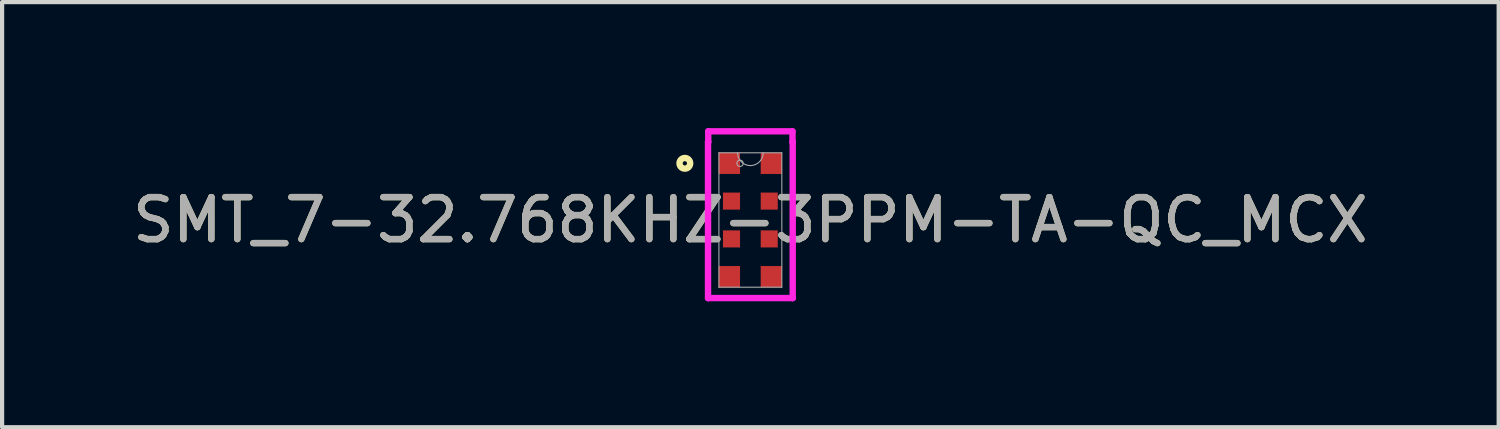
<source format=kicad_pcb>
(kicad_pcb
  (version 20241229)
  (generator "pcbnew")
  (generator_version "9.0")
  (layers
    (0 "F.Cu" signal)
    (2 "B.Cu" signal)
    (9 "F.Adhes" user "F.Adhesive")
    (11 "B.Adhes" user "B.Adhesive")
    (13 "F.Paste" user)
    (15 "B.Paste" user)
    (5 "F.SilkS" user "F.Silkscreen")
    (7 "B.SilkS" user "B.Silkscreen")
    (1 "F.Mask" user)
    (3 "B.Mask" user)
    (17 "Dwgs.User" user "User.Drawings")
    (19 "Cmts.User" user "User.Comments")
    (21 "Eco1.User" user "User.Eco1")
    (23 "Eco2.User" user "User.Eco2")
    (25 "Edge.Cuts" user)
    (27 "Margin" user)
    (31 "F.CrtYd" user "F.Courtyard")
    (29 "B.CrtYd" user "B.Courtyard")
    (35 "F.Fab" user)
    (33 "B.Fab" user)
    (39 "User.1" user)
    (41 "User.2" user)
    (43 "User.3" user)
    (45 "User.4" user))
  (footprint "SMT_7-32.768KHZ-3PPM-TA-QC_MCX"
    (layer "F.Cu")
    (at 14.815 2.188)
    (property "Reference" "SMT_7-32.768KHZ-3PPM-TA-QC_MCX" (at 0 0 0) (unlocked yes) (layer "F.SilkS") (effects (font (size 1 1) (thickness 0.15))))
    (attr smd)
    (fp_circle (center -1.56 -1.35) (end -1.433 -1.35) (stroke (width 0.152) (type solid)) (fill no) (layer "F.SilkS"))
    (fp_line (start -1.008 -1.858) (end -1.003 -1.858) (stroke (width 0.152) (type solid)) (layer "F.CrtYd"))
    (fp_line (start -1.008 1.858) (end -1.008 -1.858) (stroke (width 0.152) (type solid)) (layer "F.CrtYd"))
    (fp_line (start -1.008 1.858) (end -1.003 1.858) (stroke (width 0.152) (type solid)) (layer "F.CrtYd"))
    (fp_line (start -1.003 -2.112) (end 1.003 -2.112) (stroke (width 0.152) (type solid)) (layer "F.CrtYd"))
    (fp_line (start -1.003 -1.858) (end -1.003 -2.112) (stroke (width 0.152) (type solid)) (layer "F.CrtYd"))
    (fp_line (start -1.003 1.858) (end -1.003 1.858) (stroke (width 0.152) (type solid)) (layer "F.CrtYd"))
    (fp_line (start 1.003 -2.112) (end 1.003 -1.858) (stroke (width 0.152) (type solid)) (layer "F.CrtYd"))
    (fp_line (start 1.003 1.858) (end -1.003 1.858) (stroke (width 0.152) (type solid)) (layer "F.CrtYd"))
    (fp_line (start 1.003 1.858) (end 1.003 1.858) (stroke (width 0.152) (type solid)) (layer "F.CrtYd"))
    (fp_line (start 1.008 -1.858) (end 1.003 -1.858) (stroke (width 0.152) (type solid)) (layer "F.CrtYd"))
    (fp_line (start 1.008 -1.858) (end 1.008 1.858) (stroke (width 0.152) (type solid)) (layer "F.CrtYd"))
    (fp_line (start 1.008 1.858) (end 1.003 1.858) (stroke (width 0.152) (type solid)) (layer "F.CrtYd"))
    (fp_line (start -0.749 -1.6) (end -0.749 1.6) (stroke (width 0.025) (type solid)) (layer "F.Fab"))
    (fp_line (start -0.749 1.6) (end 0.749 1.6) (stroke (width 0.025) (type solid)) (layer "F.Fab"))
    (fp_line (start 0.749 -1.6) (end -0.749 -1.6) (stroke (width 0.025) (type solid)) (layer "F.Fab"))
    (fp_line (start 0.749 1.6) (end 0.749 -1.6) (stroke (width 0.025) (type solid)) (layer "F.Fab"))
    (fp_arc (start 0.3048 -1.6002) (mid 0 -1.2954) (end -0.3048 -1.6002) (stroke (width 0.0254) (type solid)) (layer "F.Fab"))
    (fp_circle (center -0.246 -1.35) (end -0.17 -1.35) (stroke (width 0.025) (type solid)) (fill no) (layer "F.Fab"))
    (fp_text user "${REFERENCE}" (at 0 0 0) (unlocked yes) (layer "F.Fab") (effects (font (size 1 1) (thickness 0.15))))
    (pad "1" smd rect (at -0.5 -1.35) (size 0.508 0.508) (layers "F.Cu" "F.Mask" "F.Paste"))
    (pad "2" smd rect (at -0.449 -0.45) (size 0.406 0.406) (layers "F.Cu" "F.Mask" "F.Paste"))
    (pad "3" smd rect (at -0.449 0.45) (size 0.406 0.406) (layers "F.Cu" "F.Mask" "F.Paste"))
    (pad "4" smd rect (at -0.5 1.35) (size 0.508 0.508) (layers "F.Cu" "F.Mask" "F.Paste"))
    (pad "5" smd rect (at 0.5 1.35) (size 0.508 0.508) (layers "F.Cu" "F.Mask" "F.Paste"))
    (pad "6" smd rect (at 0.449 0.45) (size 0.406 0.406) (layers "F.Cu" "F.Mask" "F.Paste"))
    (pad "7" smd rect (at 0.449 -0.45) (size 0.406 0.406) (layers "F.Cu" "F.Mask" "F.Paste"))
    (pad "8" smd rect (at 0.5 -1.35) (size 0.508 0.508) (layers "F.Cu" "F.Mask" "F.Paste")))
  (gr_rect
    (start -3 -3)
    (end 32.631 7.122)
    (stroke (width 0.1) (type default))
    (fill no)
    (layer "Edge.Cuts")))
</source>
